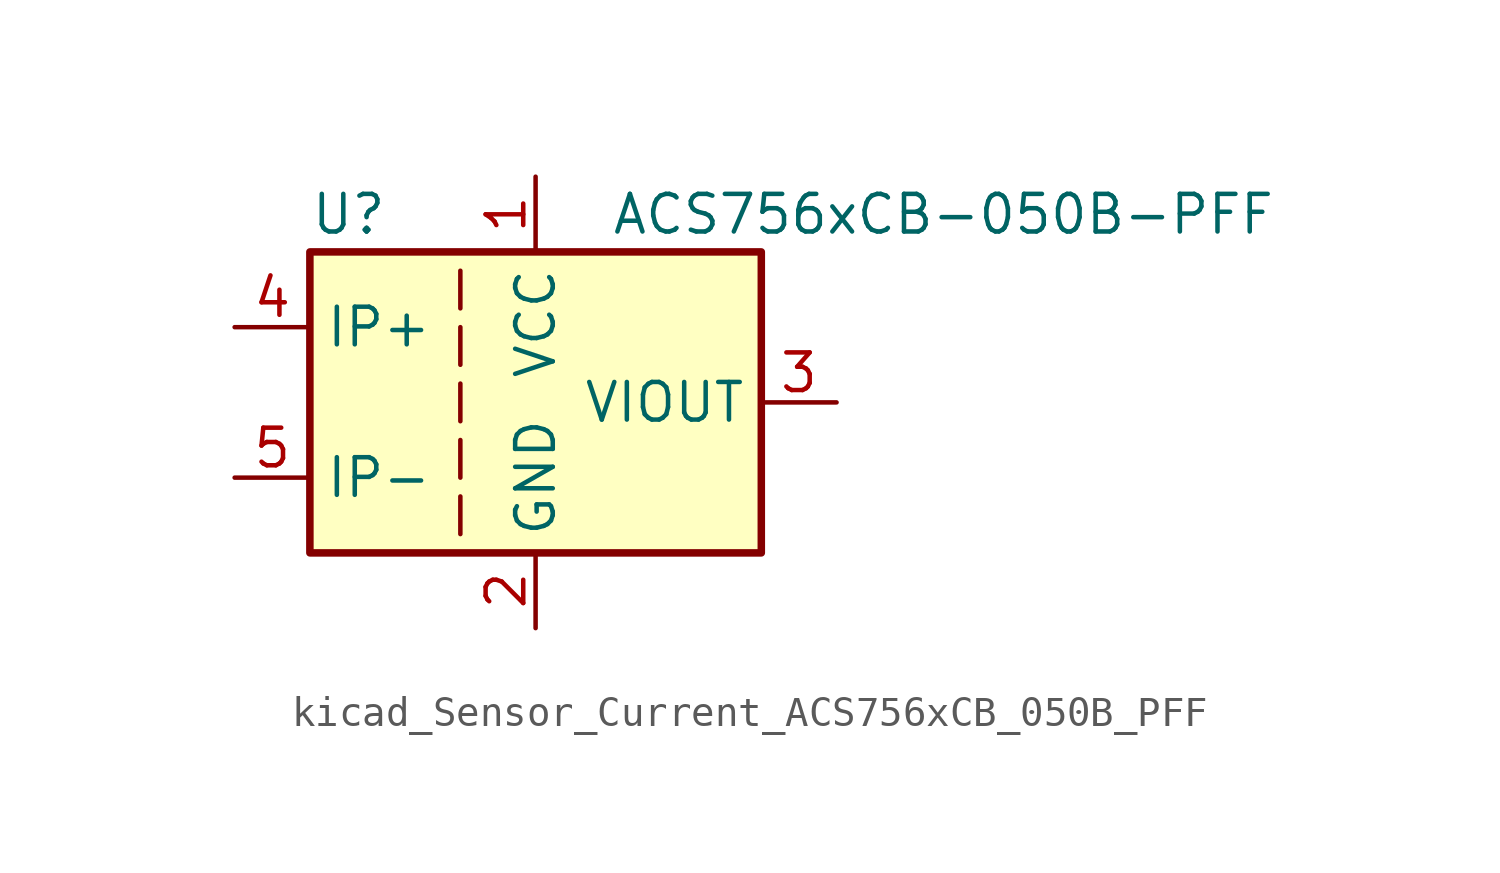
<source format=kicad_sym>
(kicad_symbol_lib
  (version 20220914)
  (generator kicad_symbol_editor)
  (symbol "kicad_Sensor_Current_ACS756xCB_050B_PFF"
    (property "Reference" "U"
      (at -7.62 6.35 0)
      (effects (font (size 1.27 1.27)) (justify left)))
    (property "Value" "ACS756xCB-050B-PFF"
      (at 2.54 6.35 0)
      (effects (font (size 1.27 1.27)) (justify left)))
    (symbol "kicad_Sensor_Current_ACS756xCB_050B_PFF_0_1"
      (rectangle (start -7.62 5.08) (end 7.62 -5.08) (stroke (width 0.254) (type default)) (fill (type background)))
      (polyline (pts (xy -2.54 -3.175) (xy -2.54 -4.445)) (stroke (width 0) (type default)) (fill (type none)))
      (polyline (pts (xy -2.54 -1.27) (xy -2.54 -2.54)) (stroke (width 0) (type default)) (fill (type none)))
      (polyline (pts (xy -2.54 0.635) (xy -2.54 -0.635)) (stroke (width 0) (type default)) (fill (type none)))
      (polyline (pts (xy -2.54 1.27) (xy -2.54 2.54)) (stroke (width 0) (type default)) (fill (type none)))
      (polyline (pts (xy -2.54 3.175) (xy -2.54 4.445)) (stroke (width 0) (type default)) (fill (type none))))
    (symbol "kicad_Sensor_Current_ACS756xCB_050B_PFF_1_1"
      (pin power_in line (at 0 7.62 270) (length 2.54) (name "VCC" (effects (font (size 1.27 1.27)))) (number "1" (effects (font (size 1.27 1.27)))))
      (pin power_in line (at 0 -7.62 90) (length 2.54) (name "GND" (effects (font (size 1.27 1.27)))) (number "2" (effects (font (size 1.27 1.27)))))
      (pin output line (at 10.16 0 180) (length 2.54) (name "VIOUT" (effects (font (size 1.27 1.27)))) (number "3" (effects (font (size 1.27 1.27)))))
      (pin passive line (at -10.16 2.54 0) (length 2.54) (name "IP+" (effects (font (size 1.27 1.27)))) (number "4" (effects (font (size 1.27 1.27)))))
      (pin passive line (at -10.16 -2.54 0) (length 2.54) (name "IP-" (effects (font (size 1.27 1.27)))) (number "5" (effects (font (size 1.27 1.27))))))))
</source>
